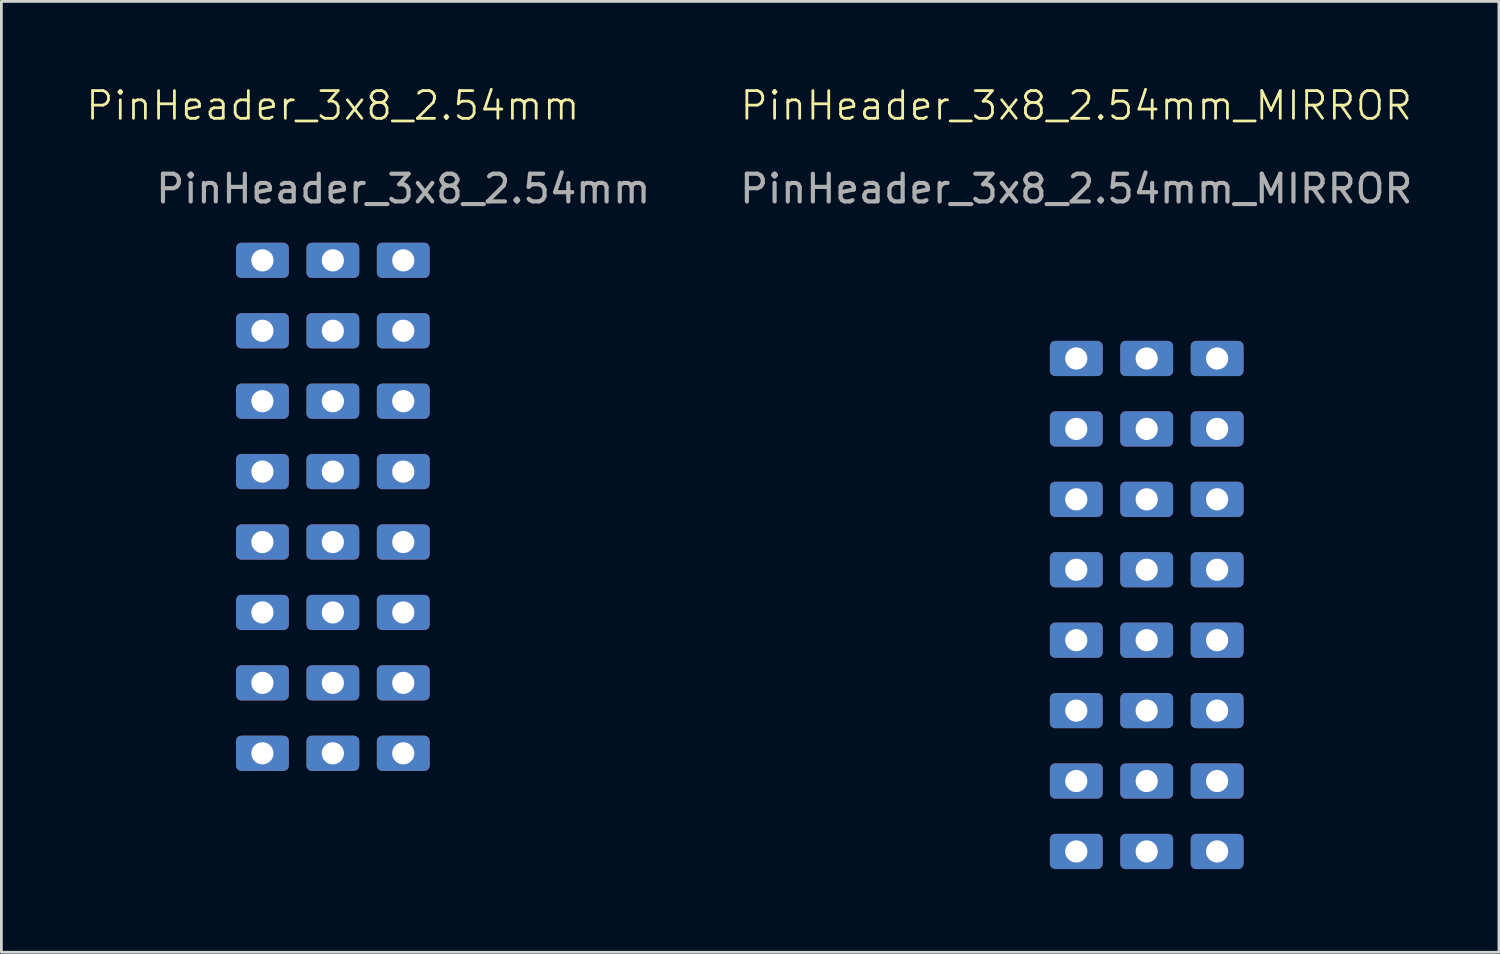
<source format=kicad_pcb>
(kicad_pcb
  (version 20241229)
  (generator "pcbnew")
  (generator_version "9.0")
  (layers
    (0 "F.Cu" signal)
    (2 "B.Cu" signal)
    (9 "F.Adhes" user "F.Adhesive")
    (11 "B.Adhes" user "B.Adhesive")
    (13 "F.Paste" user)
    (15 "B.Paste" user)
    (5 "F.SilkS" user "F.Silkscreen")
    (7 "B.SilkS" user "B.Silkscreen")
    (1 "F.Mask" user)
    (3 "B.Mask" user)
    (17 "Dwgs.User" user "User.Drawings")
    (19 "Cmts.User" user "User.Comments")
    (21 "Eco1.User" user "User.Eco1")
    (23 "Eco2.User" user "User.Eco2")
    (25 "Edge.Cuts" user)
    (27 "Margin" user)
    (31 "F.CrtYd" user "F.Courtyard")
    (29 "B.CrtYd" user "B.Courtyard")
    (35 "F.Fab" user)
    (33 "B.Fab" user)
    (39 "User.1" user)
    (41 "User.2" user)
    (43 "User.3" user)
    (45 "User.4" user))
  (footprint "PinHeader_3x8_2.54mm_MIRROR"
    (layer "F.Cu")
    (at 35.769 9.88)
    (property "Reference" "PinHeader_3x8_2.54mm_MIRROR" (at 0 -9.12 0) (unlocked yes) (layer "F.SilkS") (effects (font (size 1 1) (thickness 0.1))))
    (attr smd)
    (fp_text user "${REFERENCE}" (at 0 -6.12 0) (unlocked yes) (layer "F.Fab") (effects (font (size 1 1) (thickness 0.15))))
    (pad "1" thru_hole roundrect (at 5.08 0) (size 1.905 1.27) (drill 0.8) (layers "*.Cu" "*.Mask") (roundrect_rratio 0.15))
    (pad "2" thru_hole roundrect (at 5.08 2.54) (size 1.905 1.27) (drill 0.8) (layers "*.Cu" "*.Mask") (roundrect_rratio 0.15))
    (pad "3" thru_hole roundrect (at 5.08 5.08) (size 1.905 1.27) (drill 0.8) (layers "*.Cu" "*.Mask") (roundrect_rratio 0.15))
    (pad "4" thru_hole roundrect (at 5.08 7.62) (size 1.905 1.27) (drill 0.8) (layers "*.Cu" "*.Mask") (roundrect_rratio 0.15))
    (pad "5" thru_hole roundrect (at 5.08 10.16) (size 1.905 1.27) (drill 0.8) (layers "*.Cu" "*.Mask") (roundrect_rratio 0.15))
    (pad "6" thru_hole roundrect (at 5.08 12.7) (size 1.905 1.27) (drill 0.8) (layers "*.Cu" "*.Mask") (roundrect_rratio 0.15))
    (pad "7" thru_hole roundrect (at 5.08 15.24) (size 1.905 1.27) (drill 0.8) (layers "*.Cu" "*.Mask") (roundrect_rratio 0.15))
    (pad "8" thru_hole roundrect (at 5.08 17.78) (size 1.905 1.27) (drill 0.8) (layers "*.Cu" "*.Mask") (roundrect_rratio 0.15))
    (pad "9" thru_hole roundrect (at 2.54 0) (size 1.905 1.27) (drill 0.8) (layers "*.Cu" "*.Mask") (roundrect_rratio 0.15))
    (pad "10" thru_hole roundrect (at 2.54 2.54) (size 1.905 1.27) (drill 0.8) (layers "*.Cu" "*.Mask") (roundrect_rratio 0.15))
    (pad "11" thru_hole roundrect (at 2.54 5.08) (size 1.905 1.27) (drill 0.8) (layers "*.Cu" "*.Mask") (roundrect_rratio 0.15))
    (pad "12" thru_hole roundrect (at 2.54 7.62) (size 1.905 1.27) (drill 0.8) (layers "*.Cu" "*.Mask") (roundrect_rratio 0.15))
    (pad "13" thru_hole roundrect (at 2.54 10.16) (size 1.905 1.27) (drill 0.8) (layers "*.Cu" "*.Mask") (roundrect_rratio 0.15))
    (pad "14" thru_hole roundrect (at 2.54 12.7) (size 1.905 1.27) (drill 0.8) (layers "*.Cu" "*.Mask") (roundrect_rratio 0.15))
    (pad "15" thru_hole roundrect (at 2.54 15.24) (size 1.905 1.27) (drill 0.8) (layers "*.Cu" "*.Mask") (roundrect_rratio 0.15))
    (pad "16" thru_hole roundrect (at 2.54 17.78) (size 1.905 1.27) (drill 0.8) (layers "*.Cu" "*.Mask") (roundrect_rratio 0.15))
    (pad "17" thru_hole roundrect (at 0 0) (size 1.905 1.27) (drill 0.8) (layers "*.Cu" "*.Mask") (roundrect_rratio 0.15))
    (pad "18" thru_hole roundrect (at 0 2.54) (size 1.905 1.27) (drill 0.8) (layers "*.Cu" "*.Mask") (roundrect_rratio 0.15))
    (pad "19" thru_hole roundrect (at 0 5.08) (size 1.905 1.27) (drill 0.8) (layers "*.Cu" "*.Mask") (roundrect_rratio 0.15))
    (pad "20" thru_hole roundrect (at 0 7.62) (size 1.905 1.27) (drill 0.8) (layers "*.Cu" "*.Mask") (roundrect_rratio 0.15))
    (pad "21" thru_hole roundrect (at 0 10.16) (size 1.905 1.27) (drill 0.8) (layers "*.Cu" "*.Mask") (roundrect_rratio 0.15))
    (pad "22" thru_hole roundrect (at 0 12.7) (size 1.905 1.27) (drill 0.8) (layers "*.Cu" "*.Mask") (roundrect_rratio 0.15))
    (pad "23" thru_hole roundrect (at 0 15.24) (size 1.905 1.27) (drill 0.8) (layers "*.Cu" "*.Mask") (roundrect_rratio 0.15))
    (pad "24" thru_hole roundrect (at 0 17.78) (size 1.905 1.27) (drill 0.8) (layers "*.Cu" "*.Mask") (roundrect_rratio 0.15)))
  (footprint "PinHeader_3x8_2.54mm"
    (layer "F.Cu")
    (at 8.955 6.34)
    (property "Reference" "PinHeader_3x8_2.54mm" (at 0 -5.58 0) (unlocked yes) (layer "F.SilkS") (effects (font (size 1 1) (thickness 0.1))))
    (attr smd)
    (fp_text user "${REFERENCE}" (at 2.54 -2.58 0) (unlocked yes) (layer "F.Fab") (effects (font (size 1 1) (thickness 0.15))))
    (pad "1" thru_hole roundrect (at 2.54 0) (size 1.905 1.27) (drill 0.8) (layers "*.Cu" "F.Mask" "F.Paste") (roundrect_rratio 0.15))
    (pad "2" thru_hole roundrect (at 2.54 2.54) (size 1.905 1.27) (drill 0.8) (layers "*.Cu" "F.Mask" "F.Paste") (roundrect_rratio 0.15))
    (pad "3" thru_hole roundrect (at 2.54 5.08) (size 1.905 1.27) (drill 0.8) (layers "*.Cu" "F.Mask" "F.Paste") (roundrect_rratio 0.15))
    (pad "4" thru_hole roundrect (at 2.54 7.62) (size 1.905 1.27) (drill 0.8) (layers "*.Cu" "F.Mask" "F.Paste") (roundrect_rratio 0.15))
    (pad "5" thru_hole roundrect (at 2.54 10.16) (size 1.905 1.27) (drill 0.8) (layers "*.Cu" "F.Mask" "F.Paste") (roundrect_rratio 0.15))
    (pad "6" thru_hole roundrect (at 2.54 12.7) (size 1.905 1.27) (drill 0.8) (layers "*.Cu" "F.Mask" "F.Paste") (roundrect_rratio 0.15))
    (pad "7" thru_hole roundrect (at 2.54 15.24) (size 1.905 1.27) (drill 0.8) (layers "*.Cu" "F.Mask" "F.Paste") (roundrect_rratio 0.15))
    (pad "8" thru_hole roundrect (at 2.54 17.78) (size 1.905 1.27) (drill 0.8) (layers "*.Cu" "F.Mask" "F.Paste") (roundrect_rratio 0.15))
    (pad "9" thru_hole roundrect (at -2.54 0) (size 1.905 1.27) (drill 0.8) (layers "*.Cu" "F.Mask" "F.Paste") (roundrect_rratio 0.15))
    (pad "10" thru_hole roundrect (at -2.54 2.54) (size 1.905 1.27) (drill 0.8) (layers "*.Cu" "F.Mask" "F.Paste") (roundrect_rratio 0.15))
    (pad "11" thru_hole roundrect (at -2.54 5.08) (size 1.905 1.27) (drill 0.8) (layers "*.Cu" "F.Mask" "F.Paste") (roundrect_rratio 0.15))
    (pad "12" thru_hole roundrect (at -2.54 7.62) (size 1.905 1.27) (drill 0.8) (layers "*.Cu" "F.Mask" "F.Paste") (roundrect_rratio 0.15))
    (pad "13" thru_hole roundrect (at -2.54 10.16) (size 1.905 1.27) (drill 0.8) (layers "*.Cu" "F.Mask" "F.Paste") (roundrect_rratio 0.15))
    (pad "14" thru_hole roundrect (at -2.54 12.7) (size 1.905 1.27) (drill 0.8) (layers "*.Cu" "F.Mask" "F.Paste") (roundrect_rratio 0.15))
    (pad "15" thru_hole roundrect (at -2.54 15.24) (size 1.905 1.27) (drill 0.8) (layers "*.Cu" "F.Mask" "F.Paste") (roundrect_rratio 0.15))
    (pad "16" thru_hole roundrect (at -2.54 17.78) (size 1.905 1.27) (drill 0.8) (layers "*.Cu" "F.Mask" "F.Paste") (roundrect_rratio 0.15))
    (pad "17" thru_hole roundrect (at 0 0) (size 1.905 1.27) (drill 0.8) (layers "*.Cu" "F.Mask" "F.Paste") (roundrect_rratio 0.15))
    (pad "18" thru_hole roundrect (at 0 2.54) (size 1.905 1.27) (drill 0.8) (layers "*.Cu" "F.Mask" "F.Paste") (roundrect_rratio 0.15))
    (pad "19" thru_hole roundrect (at 0 5.08) (size 1.905 1.27) (drill 0.8) (layers "*.Cu" "F.Mask" "F.Paste") (roundrect_rratio 0.15))
    (pad "20" thru_hole roundrect (at 0 7.62) (size 1.905 1.27) (drill 0.8) (layers "*.Cu" "F.Mask" "F.Paste") (roundrect_rratio 0.15))
    (pad "21" thru_hole roundrect (at 0 10.16) (size 1.905 1.27) (drill 0.8) (layers "*.Cu" "F.Mask" "F.Paste") (roundrect_rratio 0.15))
    (pad "22" thru_hole roundrect (at 0 12.7) (size 1.905 1.27) (drill 0.8) (layers "*.Cu" "F.Mask" "F.Paste") (roundrect_rratio 0.15))
    (pad "23" thru_hole roundrect (at 0 15.24) (size 1.905 1.27) (drill 0.8) (layers "*.Cu" "F.Mask" "F.Paste") (roundrect_rratio 0.15))
    (pad "24" thru_hole roundrect (at 0 17.78) (size 1.905 1.27) (drill 0.8) (layers "*.Cu" "F.Mask" "F.Paste") (roundrect_rratio 0.15)))
  (gr_rect
    (start -3 -3)
    (end 51.013 31.296)
    (stroke (width 0.1) (type default))
    (fill no)
    (layer "Edge.Cuts")))
</source>
